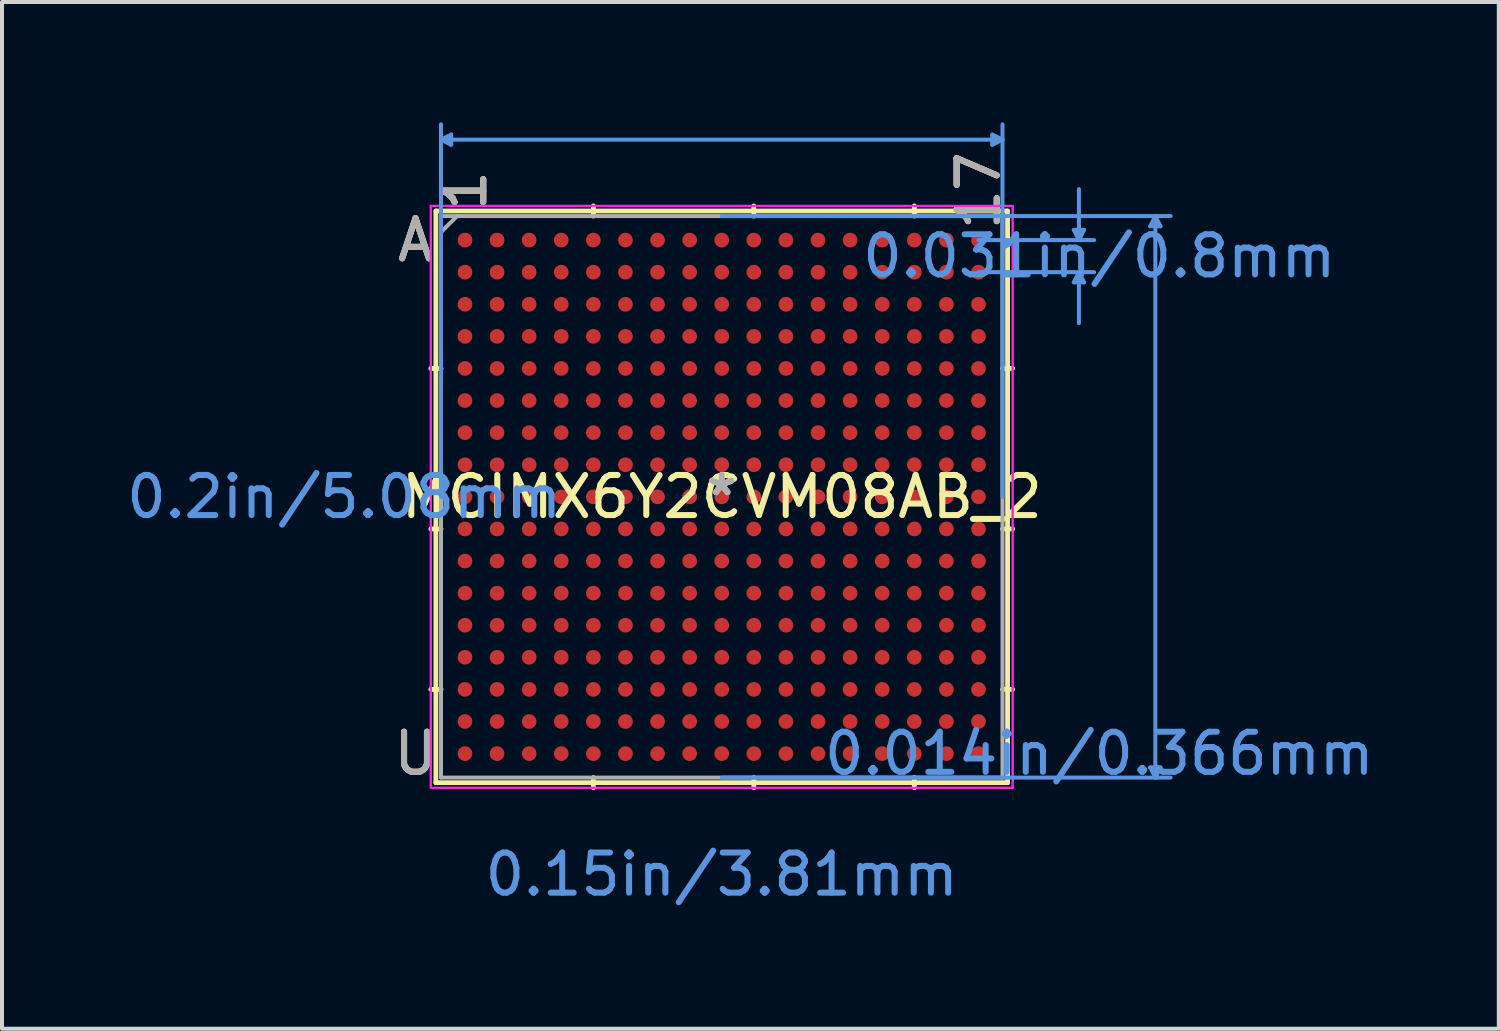
<source format=kicad_pcb>
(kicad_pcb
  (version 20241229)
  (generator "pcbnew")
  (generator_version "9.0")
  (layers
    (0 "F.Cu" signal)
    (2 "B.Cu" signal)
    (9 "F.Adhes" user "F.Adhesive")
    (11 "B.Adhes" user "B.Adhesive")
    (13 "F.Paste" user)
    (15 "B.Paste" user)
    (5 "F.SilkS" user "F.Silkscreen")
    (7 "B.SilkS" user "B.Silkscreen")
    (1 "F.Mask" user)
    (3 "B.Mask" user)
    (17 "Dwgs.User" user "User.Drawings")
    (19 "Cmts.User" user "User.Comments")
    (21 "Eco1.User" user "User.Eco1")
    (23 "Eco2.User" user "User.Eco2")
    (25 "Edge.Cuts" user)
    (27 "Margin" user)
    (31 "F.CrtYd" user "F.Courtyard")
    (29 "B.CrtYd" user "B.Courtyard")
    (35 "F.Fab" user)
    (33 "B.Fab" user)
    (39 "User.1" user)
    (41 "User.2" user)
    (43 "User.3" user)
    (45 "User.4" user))
  (footprint "MCIMX6Y2CVM08AB_2"
    (layer "F.Cu")
    (at 14.94 9.334)
    (property "Reference" "MCIMX6Y2CVM08AB_2" (at 0 0 0) (layer "F.SilkS") (effects (font (size 1 1) (thickness 0.15))))
    (attr through_hole)
    (fp_line (start -7.125 -7.125) (end -7.125 7.125) (stroke (width 0.12) (type solid)) (layer "F.SilkS"))
    (fp_line (start -7.125 7.125) (end 7.125 7.125) (stroke (width 0.12) (type solid)) (layer "F.SilkS"))
    (fp_line (start -6.998 -3.2) (end -7.252 -3.2) (stroke (width 0.12) (type solid)) (layer "F.SilkS"))
    (fp_line (start -6.998 0.8) (end -7.252 0.8) (stroke (width 0.12) (type solid)) (layer "F.SilkS"))
    (fp_line (start -6.998 4.8) (end -7.252 4.8) (stroke (width 0.12) (type solid)) (layer "F.SilkS"))
    (fp_line (start -3.2 -6.998) (end -3.2 -7.252) (stroke (width 0.12) (type solid)) (layer "F.SilkS"))
    (fp_line (start -3.2 6.998) (end -3.2 7.252) (stroke (width 0.12) (type solid)) (layer "F.SilkS"))
    (fp_line (start 0.8 -6.998) (end 0.8 -7.252) (stroke (width 0.12) (type solid)) (layer "F.SilkS"))
    (fp_line (start 0.8 6.998) (end 0.8 7.252) (stroke (width 0.12) (type solid)) (layer "F.SilkS"))
    (fp_line (start 4.8 -6.998) (end 4.8 -7.252) (stroke (width 0.12) (type solid)) (layer "F.SilkS"))
    (fp_line (start 4.8 6.998) (end 4.8 7.252) (stroke (width 0.12) (type solid)) (layer "F.SilkS"))
    (fp_line (start 6.998 -3.2) (end 7.252 -3.2) (stroke (width 0.12) (type solid)) (layer "F.SilkS"))
    (fp_line (start 6.998 0.8) (end 7.252 0.8) (stroke (width 0.12) (type solid)) (layer "F.SilkS"))
    (fp_line (start 6.998 4.8) (end 7.252 4.8) (stroke (width 0.12) (type solid)) (layer "F.SilkS"))
    (fp_line (start 7.125 -7.125) (end -7.125 -7.125) (stroke (width 0.12) (type solid)) (layer "F.SilkS"))
    (fp_line (start 7.125 7.125) (end 7.125 -7.125) (stroke (width 0.12) (type solid)) (layer "F.SilkS"))
    (fp_line (start -6.998 -8.903) (end -6.744 -9.03) (stroke (width 0.1) (type solid)) (layer "Cmts.User"))
    (fp_line (start -6.998 -8.903) (end -6.744 -8.776) (stroke (width 0.1) (type solid)) (layer "Cmts.User"))
    (fp_line (start -6.998 -8.903) (end 6.998 -8.903) (stroke (width 0.1) (type solid)) (layer "Cmts.User"))
    (fp_line (start -6.998 0) (end -6.998 -9.284) (stroke (width 0.1) (type solid)) (layer "Cmts.User"))
    (fp_line (start -6.744 -9.03) (end -6.744 -8.776) (stroke (width 0.1) (type solid)) (layer "Cmts.User"))
    (fp_line (start 0 -6.998) (end 11.189 -6.998) (stroke (width 0.1) (type solid)) (layer "Cmts.User"))
    (fp_line (start 0 6.998) (end 11.189 6.998) (stroke (width 0.1) (type solid)) (layer "Cmts.User"))
    (fp_line (start 6.4 -6.4) (end 9.284 -6.4) (stroke (width 0.1) (type solid)) (layer "Cmts.User"))
    (fp_line (start 6.4 -5.6) (end 9.284 -5.6) (stroke (width 0.1) (type solid)) (layer "Cmts.User"))
    (fp_line (start 6.744 -9.03) (end 6.744 -8.776) (stroke (width 0.1) (type solid)) (layer "Cmts.User"))
    (fp_line (start 6.998 -8.903) (end 6.744 -9.03) (stroke (width 0.1) (type solid)) (layer "Cmts.User"))
    (fp_line (start 6.998 -8.903) (end 6.744 -8.776) (stroke (width 0.1) (type solid)) (layer "Cmts.User"))
    (fp_line (start 6.998 0) (end 6.998 -9.284) (stroke (width 0.1) (type solid)) (layer "Cmts.User"))
    (fp_line (start 8.776 -6.654) (end 9.03 -6.654) (stroke (width 0.1) (type solid)) (layer "Cmts.User"))
    (fp_line (start 8.776 -5.346) (end 9.03 -5.346) (stroke (width 0.1) (type solid)) (layer "Cmts.User"))
    (fp_line (start 8.903 -6.4) (end 8.776 -6.654) (stroke (width 0.1) (type solid)) (layer "Cmts.User"))
    (fp_line (start 8.903 -6.4) (end 8.903 -7.67) (stroke (width 0.1) (type solid)) (layer "Cmts.User"))
    (fp_line (start 8.903 -6.4) (end 9.03 -6.654) (stroke (width 0.1) (type solid)) (layer "Cmts.User"))
    (fp_line (start 8.903 -5.6) (end 8.776 -5.346) (stroke (width 0.1) (type solid)) (layer "Cmts.User"))
    (fp_line (start 8.903 -5.6) (end 8.903 -4.33) (stroke (width 0.1) (type solid)) (layer "Cmts.User"))
    (fp_line (start 8.903 -5.6) (end 9.03 -5.346) (stroke (width 0.1) (type solid)) (layer "Cmts.User"))
    (fp_line (start 10.681 -6.744) (end 10.935 -6.744) (stroke (width 0.1) (type solid)) (layer "Cmts.User"))
    (fp_line (start 10.681 6.744) (end 10.935 6.744) (stroke (width 0.1) (type solid)) (layer "Cmts.User"))
    (fp_line (start 10.808 -6.998) (end 10.681 -6.744) (stroke (width 0.1) (type solid)) (layer "Cmts.User"))
    (fp_line (start 10.808 -6.998) (end 10.808 6.998) (stroke (width 0.1) (type solid)) (layer "Cmts.User"))
    (fp_line (start 10.808 -6.998) (end 10.935 -6.744) (stroke (width 0.1) (type solid)) (layer "Cmts.User"))
    (fp_line (start 10.808 6.998) (end 10.681 6.744) (stroke (width 0.1) (type solid)) (layer "Cmts.User"))
    (fp_line (start 10.808 6.998) (end 10.935 6.744) (stroke (width 0.1) (type solid)) (layer "Cmts.User"))
    (fp_line (start -7.252 -7.252) (end 7.252 -7.252) (stroke (width 0.05) (type solid)) (layer "F.CrtYd"))
    (fp_line (start -7.252 -7.252) (end 7.252 -7.252) (stroke (width 0.05) (type solid)) (layer "F.CrtYd"))
    (fp_line (start -7.252 7.252) (end -7.252 -7.252) (stroke (width 0.05) (type solid)) (layer "F.CrtYd"))
    (fp_line (start -7.252 7.252) (end -7.252 -7.252) (stroke (width 0.05) (type solid)) (layer "F.CrtYd"))
    (fp_line (start 7.252 -7.252) (end 7.252 7.252) (stroke (width 0.05) (type solid)) (layer "F.CrtYd"))
    (fp_line (start 7.252 -7.252) (end 7.252 7.252) (stroke (width 0.05) (type solid)) (layer "F.CrtYd"))
    (fp_line (start 7.252 7.252) (end -7.252 7.252) (stroke (width 0.05) (type solid)) (layer "F.CrtYd"))
    (fp_line (start 7.252 7.252) (end -7.252 7.252) (stroke (width 0.05) (type solid)) (layer "F.CrtYd"))
    (fp_line (start -6.998 -6.998) (end -6.998 6.998) (stroke (width 0.1) (type solid)) (layer "F.Fab"))
    (fp_line (start -6.998 6.998) (end 6.998 6.998) (stroke (width 0.1) (type solid)) (layer "F.Fab"))
    (fp_line (start -6.598 -6.998) (end -6.998 -6.598) (stroke (width 0.1) (type solid)) (layer "F.Fab"))
    (fp_line (start 6.998 -6.998) (end -6.998 -6.998) (stroke (width 0.1) (type solid)) (layer "F.Fab"))
    (fp_line (start 6.998 6.998) (end 6.998 -6.998) (stroke (width 0.1) (type solid)) (layer "F.Fab"))
    (fp_text user "17" (at 6.4 -7.633 90) (layer "F.SilkS") (effects (font (size 1 1) (thickness 0.15))))
    (fp_text user "A" (at -7.633 -6.4 0) (layer "F.SilkS") (effects (font (size 1 1) (thickness 0.15))))
    (fp_text user "*" (at 0 0 0) (layer "F.SilkS") (effects (font (size 1 1) (thickness 0.15))))
    (fp_text user "U" (at -7.633 6.4 0) (layer "F.SilkS") (effects (font (size 1 1) (thickness 0.15))))
    (fp_text user "1" (at -6.4 -7.633 90) (layer "F.SilkS") (effects (font (size 1 1) (thickness 0.15))))
    (fp_text user "17" (at 6.4 -7.633 90) (layer "B.SilkS") (effects (font (size 1 1) (thickness 0.15))))
    (fp_text user "1" (at -6.4 -7.633 90) (layer "B.SilkS") (effects (font (size 1 1) (thickness 0.15))))
    (fp_text user "U" (at -7.633 6.4 0) (layer "B.SilkS") (effects (font (size 1 1) (thickness 0.15))))
    (fp_text user "A" (at -7.633 -6.4 0) (layer "B.SilkS") (effects (font (size 1 1) (thickness 0.15))))
    (fp_text user "0.014in/0.366mm" (at 9.411 6.4 0) (layer "Cmts.User") (effects (font (size 1 1) (thickness 0.15))))
    (fp_text user "0.15in/3.81mm" (at 0 9.411 0) (layer "Cmts.User") (effects (font (size 1 1) (thickness 0.15))))
    (fp_text user "0.2in/5.08mm" (at -9.411 0 0) (layer "Cmts.User") (effects (font (size 1 1) (thickness 0.15))))
    (fp_text user "0.031in/0.8mm" (at 9.411 -6 0) (layer "Cmts.User") (effects (font (size 1 1) (thickness 0.15))))
    (fp_text user "Copyright 2021 Accelerated Designs. All rights reserved." (at 0 0 0) (layer "Cmts.User") (effects (font (size 0.127 0.127) (thickness 0.002))))
    (fp_text user "1" (at -6.4 -7.633 90) (layer "F.Fab") (effects (font (size 1 1) (thickness 0.15))))
    (fp_text user "*" (at 0 0 0) (layer "F.Fab") (effects (font (size 1 1) (thickness 0.15))))
    (fp_text user "U" (at -7.633 6.4 0) (layer "F.Fab") (effects (font (size 1 1) (thickness 0.15))))
    (fp_text user "A" (at -7.633 -6.4 0) (layer "F.Fab") (effects (font (size 1 1) (thickness 0.15))))
    (fp_text user "17" (at 6.4 -7.633 90) (layer "F.Fab") (effects (font (size 1 1) (thickness 0.15))))
    (pad "A1" smd circle (at -6.4 -6.4) (size 0.366 0.366) (layers "F.Cu" "F.Mask" "F.Paste"))
    (pad "A2" smd circle (at -5.6 -6.4) (size 0.366 0.366) (layers "F.Cu" "F.Mask" "F.Paste"))
    (pad "A3" smd circle (at -4.8 -6.4) (size 0.366 0.366) (layers "F.Cu" "F.Mask" "F.Paste"))
    (pad "A4" smd circle (at -4 -6.4) (size 0.366 0.366) (layers "F.Cu" "F.Mask" "F.Paste"))
    (pad "A5" smd circle (at -3.2 -6.4) (size 0.366 0.366) (layers "F.Cu" "F.Mask" "F.Paste"))
    (pad "A6" smd circle (at -2.4 -6.4) (size 0.366 0.366) (layers "F.Cu" "F.Mask" "F.Paste"))
    (pad "A7" smd circle (at -1.6 -6.4) (size 0.366 0.366) (layers "F.Cu" "F.Mask" "F.Paste"))
    (pad "A8" smd circle (at -0.8 -6.4) (size 0.366 0.366) (layers "F.Cu" "F.Mask" "F.Paste"))
    (pad "A9" smd circle (at 0 -6.4) (size 0.366 0.366) (layers "F.Cu" "F.Mask" "F.Paste"))
    (pad "A10" smd circle (at 0.8 -6.4) (size 0.366 0.366) (layers "F.Cu" "F.Mask" "F.Paste"))
    (pad "A11" smd circle (at 1.6 -6.4) (size 0.366 0.366) (layers "F.Cu" "F.Mask" "F.Paste"))
    (pad "A12" smd circle (at 2.4 -6.4) (size 0.366 0.366) (layers "F.Cu" "F.Mask" "F.Paste"))
    (pad "A13" smd circle (at 3.2 -6.4) (size 0.366 0.366) (layers "F.Cu" "F.Mask" "F.Paste"))
    (pad "A14" smd circle (at 4 -6.4) (size 0.366 0.366) (layers "F.Cu" "F.Mask" "F.Paste"))
    (pad "A15" smd circle (at 4.8 -6.4) (size 0.366 0.366) (layers "F.Cu" "F.Mask" "F.Paste"))
    (pad "A16" smd circle (at 5.6 -6.4) (size 0.366 0.366) (layers "F.Cu" "F.Mask" "F.Paste"))
    (pad "A17" smd circle (at 6.4 -6.4) (size 0.366 0.366) (layers "F.Cu" "F.Mask" "F.Paste"))
    (pad "B1" smd circle (at -6.4 -5.6) (size 0.366 0.366) (layers "F.Cu" "F.Mask" "F.Paste"))
    (pad "B2" smd circle (at -5.6 -5.6) (size 0.366 0.366) (layers "F.Cu" "F.Mask" "F.Paste"))
    (pad "B3" smd circle (at -4.8 -5.6) (size 0.366 0.366) (layers "F.Cu" "F.Mask" "F.Paste"))
    (pad "B4" smd circle (at -4 -5.6) (size 0.366 0.366) (layers "F.Cu" "F.Mask" "F.Paste"))
    (pad "B5" smd circle (at -3.2 -5.6) (size 0.366 0.366) (layers "F.Cu" "F.Mask" "F.Paste"))
    (pad "B6" smd circle (at -2.4 -5.6) (size 0.366 0.366) (layers "F.Cu" "F.Mask" "F.Paste"))
    (pad "B7" smd circle (at -1.6 -5.6) (size 0.366 0.366) (layers "F.Cu" "F.Mask" "F.Paste"))
    (pad "B8" smd circle (at -0.8 -5.6) (size 0.366 0.366) (layers "F.Cu" "F.Mask" "F.Paste"))
    (pad "B9" smd circle (at 0 -5.6) (size 0.366 0.366) (layers "F.Cu" "F.Mask" "F.Paste"))
    (pad "B10" smd circle (at 0.8 -5.6) (size 0.366 0.366) (layers "F.Cu" "F.Mask" "F.Paste"))
    (pad "B11" smd circle (at 1.6 -5.6) (size 0.366 0.366) (layers "F.Cu" "F.Mask" "F.Paste"))
    (pad "B12" smd circle (at 2.4 -5.6) (size 0.366 0.366) (layers "F.Cu" "F.Mask" "F.Paste"))
    (pad "B13" smd circle (at 3.2 -5.6) (size 0.366 0.366) (layers "F.Cu" "F.Mask" "F.Paste"))
    (pad "B14" smd circle (at 4 -5.6) (size 0.366 0.366) (layers "F.Cu" "F.Mask" "F.Paste"))
    (pad "B15" smd circle (at 4.8 -5.6) (size 0.366 0.366) (layers "F.Cu" "F.Mask" "F.Paste"))
    (pad "B16" smd circle (at 5.6 -5.6) (size 0.366 0.366) (layers "F.Cu" "F.Mask" "F.Paste"))
    (pad "B17" smd circle (at 6.4 -5.6) (size 0.366 0.366) (layers "F.Cu" "F.Mask" "F.Paste"))
    (pad "C1" smd circle (at -6.4 -4.8) (size 0.366 0.366) (layers "F.Cu" "F.Mask" "F.Paste"))
    (pad "C2" smd circle (at -5.6 -4.8) (size 0.366 0.366) (layers "F.Cu" "F.Mask" "F.Paste"))
    (pad "C3" smd circle (at -4.8 -4.8) (size 0.366 0.366) (layers "F.Cu" "F.Mask" "F.Paste"))
    (pad "C4" smd circle (at -4 -4.8) (size 0.366 0.366) (layers "F.Cu" "F.Mask" "F.Paste"))
    (pad "C5" smd circle (at -3.2 -4.8) (size 0.366 0.366) (layers "F.Cu" "F.Mask" "F.Paste"))
    (pad "C6" smd circle (at -2.4 -4.8) (size 0.366 0.366) (layers "F.Cu" "F.Mask" "F.Paste"))
    (pad "C7" smd circle (at -1.6 -4.8) (size 0.366 0.366) (layers "F.Cu" "F.Mask" "F.Paste"))
    (pad "C8" smd circle (at -0.8 -4.8) (size 0.366 0.366) (layers "F.Cu" "F.Mask" "F.Paste"))
    (pad "C9" smd circle (at 0 -4.8) (size 0.366 0.366) (layers "F.Cu" "F.Mask" "F.Paste"))
    (pad "C10" smd circle (at 0.8 -4.8) (size 0.366 0.366) (layers "F.Cu" "F.Mask" "F.Paste"))
    (pad "C11" smd circle (at 1.6 -4.8) (size 0.366 0.366) (layers "F.Cu" "F.Mask" "F.Paste"))
    (pad "C12" smd circle (at 2.4 -4.8) (size 0.366 0.366) (layers "F.Cu" "F.Mask" "F.Paste"))
    (pad "C13" smd circle (at 3.2 -4.8) (size 0.366 0.366) (layers "F.Cu" "F.Mask" "F.Paste"))
    (pad "C14" smd circle (at 4 -4.8) (size 0.366 0.366) (layers "F.Cu" "F.Mask" "F.Paste"))
    (pad "C15" smd circle (at 4.8 -4.8) (size 0.366 0.366) (layers "F.Cu" "F.Mask" "F.Paste"))
    (pad "C16" smd circle (at 5.6 -4.8) (size 0.366 0.366) (layers "F.Cu" "F.Mask" "F.Paste"))
    (pad "C17" smd circle (at 6.4 -4.8) (size 0.366 0.366) (layers "F.Cu" "F.Mask" "F.Paste"))
    (pad "D1" smd circle (at -6.4 -4) (size 0.366 0.366) (layers "F.Cu" "F.Mask" "F.Paste"))
    (pad "D2" smd circle (at -5.6 -4) (size 0.366 0.366) (layers "F.Cu" "F.Mask" "F.Paste"))
    (pad "D3" smd circle (at -4.8 -4) (size 0.366 0.366) (layers "F.Cu" "F.Mask" "F.Paste"))
    (pad "D4" smd circle (at -4 -4) (size 0.366 0.366) (layers "F.Cu" "F.Mask" "F.Paste"))
    (pad "D5" smd circle (at -3.2 -4) (size 0.366 0.366) (layers "F.Cu" "F.Mask" "F.Paste"))
    (pad "D6" smd circle (at -2.4 -4) (size 0.366 0.366) (layers "F.Cu" "F.Mask" "F.Paste"))
    (pad "D7" smd circle (at -1.6 -4) (size 0.366 0.366) (layers "F.Cu" "F.Mask" "F.Paste"))
    (pad "D8" smd circle (at -0.8 -4) (size 0.366 0.366) (layers "F.Cu" "F.Mask" "F.Paste"))
    (pad "D9" smd circle (at 0 -4) (size 0.366 0.366) (layers "F.Cu" "F.Mask" "F.Paste"))
    (pad "D10" smd circle (at 0.8 -4) (size 0.366 0.366) (layers "F.Cu" "F.Mask" "F.Paste"))
    (pad "D11" smd circle (at 1.6 -4) (size 0.366 0.366) (layers "F.Cu" "F.Mask" "F.Paste"))
    (pad "D12" smd circle (at 2.4 -4) (size 0.366 0.366) (layers "F.Cu" "F.Mask" "F.Paste"))
    (pad "D13" smd circle (at 3.2 -4) (size 0.366 0.366) (layers "F.Cu" "F.Mask" "F.Paste"))
    (pad "D14" smd circle (at 4 -4) (size 0.366 0.366) (layers "F.Cu" "F.Mask" "F.Paste"))
    (pad "D15" smd circle (at 4.8 -4) (size 0.366 0.366) (layers "F.Cu" "F.Mask" "F.Paste"))
    (pad "D16" smd circle (at 5.6 -4) (size 0.366 0.366) (layers "F.Cu" "F.Mask" "F.Paste"))
    (pad "D17" smd circle (at 6.4 -4) (size 0.366 0.366) (layers "F.Cu" "F.Mask" "F.Paste"))
    (pad "E1" smd circle (at -6.4 -3.2) (size 0.366 0.366) (layers "F.Cu" "F.Mask" "F.Paste"))
    (pad "E2" smd circle (at -5.6 -3.2) (size 0.366 0.366) (layers "F.Cu" "F.Mask" "F.Paste"))
    (pad "E3" smd circle (at -4.8 -3.2) (size 0.366 0.366) (layers "F.Cu" "F.Mask" "F.Paste"))
    (pad "E4" smd circle (at -4 -3.2) (size 0.366 0.366) (layers "F.Cu" "F.Mask" "F.Paste"))
    (pad "E5" smd circle (at -3.2 -3.2) (size 0.366 0.366) (layers "F.Cu" "F.Mask" "F.Paste"))
    (pad "E6" smd circle (at -2.4 -3.2) (size 0.366 0.366) (layers "F.Cu" "F.Mask" "F.Paste"))
    (pad "E7" smd circle (at -1.6 -3.2) (size 0.366 0.366) (layers "F.Cu" "F.Mask" "F.Paste"))
    (pad "E8" smd circle (at -0.8 -3.2) (size 0.366 0.366) (layers "F.Cu" "F.Mask" "F.Paste"))
    (pad "E9" smd circle (at 0 -3.2) (size 0.366 0.366) (layers "F.Cu" "F.Mask" "F.Paste"))
    (pad "E10" smd circle (at 0.8 -3.2) (size 0.366 0.366) (layers "F.Cu" "F.Mask" "F.Paste"))
    (pad "E11" smd circle (at 1.6 -3.2) (size 0.366 0.366) (layers "F.Cu" "F.Mask" "F.Paste"))
    (pad "E12" smd circle (at 2.4 -3.2) (size 0.366 0.366) (layers "F.Cu" "F.Mask" "F.Paste"))
    (pad "E13" smd circle (at 3.2 -3.2) (size 0.366 0.366) (layers "F.Cu" "F.Mask" "F.Paste"))
    (pad "E14" smd circle (at 4 -3.2) (size 0.366 0.366) (layers "F.Cu" "F.Mask" "F.Paste"))
    (pad "E15" smd circle (at 4.8 -3.2) (size 0.366 0.366) (layers "F.Cu" "F.Mask" "F.Paste"))
    (pad "E16" smd circle (at 5.6 -3.2) (size 0.366 0.366) (layers "F.Cu" "F.Mask" "F.Paste"))
    (pad "E17" smd circle (at 6.4 -3.2) (size 0.366 0.366) (layers "F.Cu" "F.Mask" "F.Paste"))
    (pad "F1" smd circle (at -6.4 -2.4) (size 0.366 0.366) (layers "F.Cu" "F.Mask" "F.Paste"))
    (pad "F2" smd circle (at -5.6 -2.4) (size 0.366 0.366) (layers "F.Cu" "F.Mask" "F.Paste"))
    (pad "F3" smd circle (at -4.8 -2.4) (size 0.366 0.366) (layers "F.Cu" "F.Mask" "F.Paste"))
    (pad "F4" smd circle (at -4 -2.4) (size 0.366 0.366) (layers "F.Cu" "F.Mask" "F.Paste"))
    (pad "F5" smd circle (at -3.2 -2.4) (size 0.366 0.366) (layers "F.Cu" "F.Mask" "F.Paste"))
    (pad "F6" smd circle (at -2.4 -2.4) (size 0.366 0.366) (layers "F.Cu" "F.Mask" "F.Paste"))
    (pad "F7" smd circle (at -1.6 -2.4) (size 0.366 0.366) (layers "F.Cu" "F.Mask" "F.Paste"))
    (pad "F8" smd circle (at -0.8 -2.4) (size 0.366 0.366) (layers "F.Cu" "F.Mask" "F.Paste"))
    (pad "F9" smd circle (at 0 -2.4) (size 0.366 0.366) (layers "F.Cu" "F.Mask" "F.Paste"))
    (pad "F10" smd circle (at 0.8 -2.4) (size 0.366 0.366) (layers "F.Cu" "F.Mask" "F.Paste"))
    (pad "F11" smd circle (at 1.6 -2.4) (size 0.366 0.366) (layers "F.Cu" "F.Mask" "F.Paste"))
    (pad "F12" smd circle (at 2.4 -2.4) (size 0.366 0.366) (layers "F.Cu" "F.Mask" "F.Paste"))
    (pad "F13" smd circle (at 3.2 -2.4) (size 0.366 0.366) (layers "F.Cu" "F.Mask" "F.Paste"))
    (pad "F14" smd circle (at 4 -2.4) (size 0.366 0.366) (layers "F.Cu" "F.Mask" "F.Paste"))
    (pad "F15" smd circle (at 4.8 -2.4) (size 0.366 0.366) (layers "F.Cu" "F.Mask" "F.Paste"))
    (pad "F16" smd circle (at 5.6 -2.4) (size 0.366 0.366) (layers "F.Cu" "F.Mask" "F.Paste"))
    (pad "F17" smd circle (at 6.4 -2.4) (size 0.366 0.366) (layers "F.Cu" "F.Mask" "F.Paste"))
    (pad "G1" smd circle (at -6.4 -1.6) (size 0.366 0.366) (layers "F.Cu" "F.Mask" "F.Paste"))
    (pad "G2" smd circle (at -5.6 -1.6) (size 0.366 0.366) (layers "F.Cu" "F.Mask" "F.Paste"))
    (pad "G3" smd circle (at -4.8 -1.6) (size 0.366 0.366) (layers "F.Cu" "F.Mask" "F.Paste"))
    (pad "G4" smd circle (at -4 -1.6) (size 0.366 0.366) (layers "F.Cu" "F.Mask" "F.Paste"))
    (pad "G5" smd circle (at -3.2 -1.6) (size 0.366 0.366) (layers "F.Cu" "F.Mask" "F.Paste"))
    (pad "G6" smd circle (at -2.4 -1.6) (size 0.366 0.366) (layers "F.Cu" "F.Mask" "F.Paste"))
    (pad "G7" smd circle (at -1.6 -1.6) (size 0.366 0.366) (layers "F.Cu" "F.Mask" "F.Paste"))
    (pad "G8" smd circle (at -0.8 -1.6) (size 0.366 0.366) (layers "F.Cu" "F.Mask" "F.Paste"))
    (pad "G9" smd circle (at 0 -1.6) (size 0.366 0.366) (layers "F.Cu" "F.Mask" "F.Paste"))
    (pad "G10" smd circle (at 0.8 -1.6) (size 0.366 0.366) (layers "F.Cu" "F.Mask" "F.Paste"))
    (pad "G11" smd circle (at 1.6 -1.6) (size 0.366 0.366) (layers "F.Cu" "F.Mask" "F.Paste"))
    (pad "G12" smd circle (at 2.4 -1.6) (size 0.366 0.366) (layers "F.Cu" "F.Mask" "F.Paste"))
    (pad "G13" smd circle (at 3.2 -1.6) (size 0.366 0.366) (layers "F.Cu" "F.Mask" "F.Paste"))
    (pad "G14" smd circle (at 4 -1.6) (size 0.366 0.366) (layers "F.Cu" "F.Mask" "F.Paste"))
    (pad "G15" smd circle (at 4.8 -1.6) (size 0.366 0.366) (layers "F.Cu" "F.Mask" "F.Paste"))
    (pad "G16" smd circle (at 5.6 -1.6) (size 0.366 0.366) (layers "F.Cu" "F.Mask" "F.Paste"))
    (pad "G17" smd circle (at 6.4 -1.6) (size 0.366 0.366) (layers "F.Cu" "F.Mask" "F.Paste"))
    (pad "H1" smd circle (at -6.4 -0.8) (size 0.366 0.366) (layers "F.Cu" "F.Mask" "F.Paste"))
    (pad "H2" smd circle (at -5.6 -0.8) (size 0.366 0.366) (layers "F.Cu" "F.Mask" "F.Paste"))
    (pad "H3" smd circle (at -4.8 -0.8) (size 0.366 0.366) (layers "F.Cu" "F.Mask" "F.Paste"))
    (pad "H4" smd circle (at -4 -0.8) (size 0.366 0.366) (layers "F.Cu" "F.Mask" "F.Paste"))
    (pad "H5" smd circle (at -3.2 -0.8) (size 0.366 0.366) (layers "F.Cu" "F.Mask" "F.Paste"))
    (pad "H6" smd circle (at -2.4 -0.8) (size 0.366 0.366) (layers "F.Cu" "F.Mask" "F.Paste"))
    (pad "H7" smd circle (at -1.6 -0.8) (size 0.366 0.366) (layers "F.Cu" "F.Mask" "F.Paste"))
    (pad "H8" smd circle (at -0.8 -0.8) (size 0.366 0.366) (layers "F.Cu" "F.Mask" "F.Paste"))
    (pad "H9" smd circle (at 0 -0.8) (size 0.366 0.366) (layers "F.Cu" "F.Mask" "F.Paste"))
    (pad "H10" smd circle (at 0.8 -0.8) (size 0.366 0.366) (layers "F.Cu" "F.Mask" "F.Paste"))
    (pad "H11" smd circle (at 1.6 -0.8) (size 0.366 0.366) (layers "F.Cu" "F.Mask" "F.Paste"))
    (pad "H12" smd circle (at 2.4 -0.8) (size 0.366 0.366) (layers "F.Cu" "F.Mask" "F.Paste"))
    (pad "H13" smd circle (at 3.2 -0.8) (size 0.366 0.366) (layers "F.Cu" "F.Mask" "F.Paste"))
    (pad "H14" smd circle (at 4 -0.8) (size 0.366 0.366) (layers "F.Cu" "F.Mask" "F.Paste"))
    (pad "H15" smd circle (at 4.8 -0.8) (size 0.366 0.366) (layers "F.Cu" "F.Mask" "F.Paste"))
    (pad "H16" smd circle (at 5.6 -0.8) (size 0.366 0.366) (layers "F.Cu" "F.Mask" "F.Paste"))
    (pad "H17" smd circle (at 6.4 -0.8) (size 0.366 0.366) (layers "F.Cu" "F.Mask" "F.Paste"))
    (pad "J1" smd circle (at -6.4 0) (size 0.366 0.366) (layers "F.Cu" "F.Mask" "F.Paste"))
    (pad "J2" smd circle (at -5.6 0) (size 0.366 0.366) (layers "F.Cu" "F.Mask" "F.Paste"))
    (pad "J3" smd circle (at -4.8 0) (size 0.366 0.366) (layers "F.Cu" "F.Mask" "F.Paste"))
    (pad "J4" smd circle (at -4 0) (size 0.366 0.366) (layers "F.Cu" "F.Mask" "F.Paste"))
    (pad "J5" smd circle (at -3.2 0) (size 0.366 0.366) (layers "F.Cu" "F.Mask" "F.Paste"))
    (pad "J6" smd circle (at -2.4 0) (size 0.366 0.366) (layers "F.Cu" "F.Mask" "F.Paste"))
    (pad "J7" smd circle (at -1.6 0) (size 0.366 0.366) (layers "F.Cu" "F.Mask" "F.Paste"))
    (pad "J8" smd circle (at -0.8 0) (size 0.366 0.366) (layers "F.Cu" "F.Mask" "F.Paste"))
    (pad "J9" smd circle (at 0 0) (size 0.366 0.366) (layers "F.Cu" "F.Mask" "F.Paste"))
    (pad "J10" smd circle (at 0.8 0) (size 0.366 0.366) (layers "F.Cu" "F.Mask" "F.Paste"))
    (pad "J11" smd circle (at 1.6 0) (size 0.366 0.366) (layers "F.Cu" "F.Mask" "F.Paste"))
    (pad "J12" smd circle (at 2.4 0) (size 0.366 0.366) (layers "F.Cu" "F.Mask" "F.Paste"))
    (pad "J13" smd circle (at 3.2 0) (size 0.366 0.366) (layers "F.Cu" "F.Mask" "F.Paste"))
    (pad "J14" smd circle (at 4 0) (size 0.366 0.366) (layers "F.Cu" "F.Mask" "F.Paste"))
    (pad "J15" smd circle (at 4.8 0) (size 0.366 0.366) (layers "F.Cu" "F.Mask" "F.Paste"))
    (pad "J16" smd circle (at 5.6 0) (size 0.366 0.366) (layers "F.Cu" "F.Mask" "F.Paste"))
    (pad "J17" smd circle (at 6.4 0) (size 0.366 0.366) (layers "F.Cu" "F.Mask" "F.Paste"))
    (pad "K1" smd circle (at -6.4 0.8) (size 0.366 0.366) (layers "F.Cu" "F.Mask" "F.Paste"))
    (pad "K2" smd circle (at -5.6 0.8) (size 0.366 0.366) (layers "F.Cu" "F.Mask" "F.Paste"))
    (pad "K3" smd circle (at -4.8 0.8) (size 0.366 0.366) (layers "F.Cu" "F.Mask" "F.Paste"))
    (pad "K4" smd circle (at -4 0.8) (size 0.366 0.366) (layers "F.Cu" "F.Mask" "F.Paste"))
    (pad "K5" smd circle (at -3.2 0.8) (size 0.366 0.366) (layers "F.Cu" "F.Mask" "F.Paste"))
    (pad "K6" smd circle (at -2.4 0.8) (size 0.366 0.366) (layers "F.Cu" "F.Mask" "F.Paste"))
    (pad "K7" smd circle (at -1.6 0.8) (size 0.366 0.366) (layers "F.Cu" "F.Mask" "F.Paste"))
    (pad "K8" smd circle (at -0.8 0.8) (size 0.366 0.366) (layers "F.Cu" "F.Mask" "F.Paste"))
    (pad "K9" smd circle (at 0 0.8) (size 0.366 0.366) (layers "F.Cu" "F.Mask" "F.Paste"))
    (pad "K10" smd circle (at 0.8 0.8) (size 0.366 0.366) (layers "F.Cu" "F.Mask" "F.Paste"))
    (pad "K11" smd circle (at 1.6 0.8) (size 0.366 0.366) (layers "F.Cu" "F.Mask" "F.Paste"))
    (pad "K12" smd circle (at 2.4 0.8) (size 0.366 0.366) (layers "F.Cu" "F.Mask" "F.Paste"))
    (pad "K13" smd circle (at 3.2 0.8) (size 0.366 0.366) (layers "F.Cu" "F.Mask" "F.Paste"))
    (pad "K14" smd circle (at 4 0.8) (size 0.366 0.366) (layers "F.Cu" "F.Mask" "F.Paste"))
    (pad "K15" smd circle (at 4.8 0.8) (size 0.366 0.366) (layers "F.Cu" "F.Mask" "F.Paste"))
    (pad "K16" smd circle (at 5.6 0.8) (size 0.366 0.366) (layers "F.Cu" "F.Mask" "F.Paste"))
    (pad "K17" smd circle (at 6.4 0.8) (size 0.366 0.366) (layers "F.Cu" "F.Mask" "F.Paste"))
    (pad "L1" smd circle (at -6.4 1.6) (size 0.366 0.366) (layers "F.Cu" "F.Mask" "F.Paste"))
    (pad "L2" smd circle (at -5.6 1.6) (size 0.366 0.366) (layers "F.Cu" "F.Mask" "F.Paste"))
    (pad "L3" smd circle (at -4.8 1.6) (size 0.366 0.366) (layers "F.Cu" "F.Mask" "F.Paste"))
    (pad "L4" smd circle (at -4 1.6) (size 0.366 0.366) (layers "F.Cu" "F.Mask" "F.Paste"))
    (pad "L5" smd circle (at -3.2 1.6) (size 0.366 0.366) (layers "F.Cu" "F.Mask" "F.Paste"))
    (pad "L6" smd circle (at -2.4 1.6) (size 0.366 0.366) (layers "F.Cu" "F.Mask" "F.Paste"))
    (pad "L7" smd circle (at -1.6 1.6) (size 0.366 0.366) (layers "F.Cu" "F.Mask" "F.Paste"))
    (pad "L8" smd circle (at -0.8 1.6) (size 0.366 0.366) (layers "F.Cu" "F.Mask" "F.Paste"))
    (pad "L9" smd circle (at 0 1.6) (size 0.366 0.366) (layers "F.Cu" "F.Mask" "F.Paste"))
    (pad "L10" smd circle (at 0.8 1.6) (size 0.366 0.366) (layers "F.Cu" "F.Mask" "F.Paste"))
    (pad "L11" smd circle (at 1.6 1.6) (size 0.366 0.366) (layers "F.Cu" "F.Mask" "F.Paste"))
    (pad "L12" smd circle (at 2.4 1.6) (size 0.366 0.366) (layers "F.Cu" "F.Mask" "F.Paste"))
    (pad "L13" smd circle (at 3.2 1.6) (size 0.366 0.366) (layers "F.Cu" "F.Mask" "F.Paste"))
    (pad "L14" smd circle (at 4 1.6) (size 0.366 0.366) (layers "F.Cu" "F.Mask" "F.Paste"))
    (pad "L15" smd circle (at 4.8 1.6) (size 0.366 0.366) (layers "F.Cu" "F.Mask" "F.Paste"))
    (pad "L16" smd circle (at 5.6 1.6) (size 0.366 0.366) (layers "F.Cu" "F.Mask" "F.Paste"))
    (pad "L17" smd circle (at 6.4 1.6) (size 0.366 0.366) (layers "F.Cu" "F.Mask" "F.Paste"))
    (pad "M1" smd circle (at -6.4 2.4) (size 0.366 0.366) (layers "F.Cu" "F.Mask" "F.Paste"))
    (pad "M2" smd circle (at -5.6 2.4) (size 0.366 0.366) (layers "F.Cu" "F.Mask" "F.Paste"))
    (pad "M3" smd circle (at -4.8 2.4) (size 0.366 0.366) (layers "F.Cu" "F.Mask" "F.Paste"))
    (pad "M4" smd circle (at -4 2.4) (size 0.366 0.366) (layers "F.Cu" "F.Mask" "F.Paste"))
    (pad "M5" smd circle (at -3.2 2.4) (size 0.366 0.366) (layers "F.Cu" "F.Mask" "F.Paste"))
    (pad "M6" smd circle (at -2.4 2.4) (size 0.366 0.366) (layers "F.Cu" "F.Mask" "F.Paste"))
    (pad "M7" smd circle (at -1.6 2.4) (size 0.366 0.366) (layers "F.Cu" "F.Mask" "F.Paste"))
    (pad "M8" smd circle (at -0.8 2.4) (size 0.366 0.366) (layers "F.Cu" "F.Mask" "F.Paste"))
    (pad "M9" smd circle (at 0 2.4) (size 0.366 0.366) (layers "F.Cu" "F.Mask" "F.Paste"))
    (pad "M10" smd circle (at 0.8 2.4) (size 0.366 0.366) (layers "F.Cu" "F.Mask" "F.Paste"))
    (pad "M11" smd circle (at 1.6 2.4) (size 0.366 0.366) (layers "F.Cu" "F.Mask" "F.Paste"))
    (pad "M12" smd circle (at 2.4 2.4) (size 0.366 0.366) (layers "F.Cu" "F.Mask" "F.Paste"))
    (pad "M13" smd circle (at 3.2 2.4) (size 0.366 0.366) (layers "F.Cu" "F.Mask" "F.Paste"))
    (pad "M14" smd circle (at 4 2.4) (size 0.366 0.366) (layers "F.Cu" "F.Mask" "F.Paste"))
    (pad "M15" smd circle (at 4.8 2.4) (size 0.366 0.366) (layers "F.Cu" "F.Mask" "F.Paste"))
    (pad "M16" smd circle (at 5.6 2.4) (size 0.366 0.366) (layers "F.Cu" "F.Mask" "F.Paste"))
    (pad "M17" smd circle (at 6.4 2.4) (size 0.366 0.366) (layers "F.Cu" "F.Mask" "F.Paste"))
    (pad "N1" smd circle (at -6.4 3.2) (size 0.366 0.366) (layers "F.Cu" "F.Mask" "F.Paste"))
    (pad "N2" smd circle (at -5.6 3.2) (size 0.366 0.366) (layers "F.Cu" "F.Mask" "F.Paste"))
    (pad "N3" smd circle (at -4.8 3.2) (size 0.366 0.366) (layers "F.Cu" "F.Mask" "F.Paste"))
    (pad "N4" smd circle (at -4 3.2) (size 0.366 0.366) (layers "F.Cu" "F.Mask" "F.Paste"))
    (pad "N5" smd circle (at -3.2 3.2) (size 0.366 0.366) (layers "F.Cu" "F.Mask" "F.Paste"))
    (pad "N6" smd circle (at -2.4 3.2) (size 0.366 0.366) (layers "F.Cu" "F.Mask" "F.Paste"))
    (pad "N7" smd circle (at -1.6 3.2) (size 0.366 0.366) (layers "F.Cu" "F.Mask" "F.Paste"))
    (pad "N8" smd circle (at -0.8 3.2) (size 0.366 0.366) (layers "F.Cu" "F.Mask" "F.Paste"))
    (pad "N9" smd circle (at 0 3.2) (size 0.366 0.366) (layers "F.Cu" "F.Mask" "F.Paste"))
    (pad "N10" smd circle (at 0.8 3.2) (size 0.366 0.366) (layers "F.Cu" "F.Mask" "F.Paste"))
    (pad "N11" smd circle (at 1.6 3.2) (size 0.366 0.366) (layers "F.Cu" "F.Mask" "F.Paste"))
    (pad "N12" smd circle (at 2.4 3.2) (size 0.366 0.366) (layers "F.Cu" "F.Mask" "F.Paste"))
    (pad "N13" smd circle (at 3.2 3.2) (size 0.366 0.366) (layers "F.Cu" "F.Mask" "F.Paste"))
    (pad "N14" smd circle (at 4 3.2) (size 0.366 0.366) (layers "F.Cu" "F.Mask" "F.Paste"))
    (pad "N15" smd circle (at 4.8 3.2) (size 0.366 0.366) (layers "F.Cu" "F.Mask" "F.Paste"))
    (pad "N16" smd circle (at 5.6 3.2) (size 0.366 0.366) (layers "F.Cu" "F.Mask" "F.Paste"))
    (pad "N17" smd circle (at 6.4 3.2) (size 0.366 0.366) (layers "F.Cu" "F.Mask" "F.Paste"))
    (pad "P1" smd circle (at -6.4 4) (size 0.366 0.366) (layers "F.Cu" "F.Mask" "F.Paste"))
    (pad "P2" smd circle (at -5.6 4) (size 0.366 0.366) (layers "F.Cu" "F.Mask" "F.Paste"))
    (pad "P3" smd circle (at -4.8 4) (size 0.366 0.366) (layers "F.Cu" "F.Mask" "F.Paste"))
    (pad "P4" smd circle (at -4 4) (size 0.366 0.366) (layers "F.Cu" "F.Mask" "F.Paste"))
    (pad "P5" smd circle (at -3.2 4) (size 0.366 0.366) (layers "F.Cu" "F.Mask" "F.Paste"))
    (pad "P6" smd circle (at -2.4 4) (size 0.366 0.366) (layers "F.Cu" "F.Mask" "F.Paste"))
    (pad "P7" smd circle (at -1.6 4) (size 0.366 0.366) (layers "F.Cu" "F.Mask" "F.Paste"))
    (pad "P8" smd circle (at -0.8 4) (size 0.366 0.366) (layers "F.Cu" "F.Mask" "F.Paste"))
    (pad "P9" smd circle (at 0 4) (size 0.366 0.366) (layers "F.Cu" "F.Mask" "F.Paste"))
    (pad "P10" smd circle (at 0.8 4) (size 0.366 0.366) (layers "F.Cu" "F.Mask" "F.Paste"))
    (pad "P11" smd circle (at 1.6 4) (size 0.366 0.366) (layers "F.Cu" "F.Mask" "F.Paste"))
    (pad "P12" smd circle (at 2.4 4) (size 0.366 0.366) (layers "F.Cu" "F.Mask" "F.Paste"))
    (pad "P13" smd circle (at 3.2 4) (size 0.366 0.366) (layers "F.Cu" "F.Mask" "F.Paste"))
    (pad "P14" smd circle (at 4 4) (size 0.366 0.366) (layers "F.Cu" "F.Mask" "F.Paste"))
    (pad "P15" smd circle (at 4.8 4) (size 0.366 0.366) (layers "F.Cu" "F.Mask" "F.Paste"))
    (pad "P16" smd circle (at 5.6 4) (size 0.366 0.366) (layers "F.Cu" "F.Mask" "F.Paste"))
    (pad "P17" smd circle (at 6.4 4) (size 0.366 0.366) (layers "F.Cu" "F.Mask" "F.Paste"))
    (pad "R1" smd circle (at -6.4 4.8) (size 0.366 0.366) (layers "F.Cu" "F.Mask" "F.Paste"))
    (pad "R2" smd circle (at -5.6 4.8) (size 0.366 0.366) (layers "F.Cu" "F.Mask" "F.Paste"))
    (pad "R3" smd circle (at -4.8 4.8) (size 0.366 0.366) (layers "F.Cu" "F.Mask" "F.Paste"))
    (pad "R4" smd circle (at -4 4.8) (size 0.366 0.366) (layers "F.Cu" "F.Mask" "F.Paste"))
    (pad "R5" smd circle (at -3.2 4.8) (size 0.366 0.366) (layers "F.Cu" "F.Mask" "F.Paste"))
    (pad "R6" smd circle (at -2.4 4.8) (size 0.366 0.366) (layers "F.Cu" "F.Mask" "F.Paste"))
    (pad "R7" smd circle (at -1.6 4.8) (size 0.366 0.366) (layers "F.Cu" "F.Mask" "F.Paste"))
    (pad "R8" smd circle (at -0.8 4.8) (size 0.366 0.366) (layers "F.Cu" "F.Mask" "F.Paste"))
    (pad "R9" smd circle (at 0 4.8) (size 0.366 0.366) (layers "F.Cu" "F.Mask" "F.Paste"))
    (pad "R10" smd circle (at 0.8 4.8) (size 0.366 0.366) (layers "F.Cu" "F.Mask" "F.Paste"))
    (pad "R11" smd circle (at 1.6 4.8) (size 0.366 0.366) (layers "F.Cu" "F.Mask" "F.Paste"))
    (pad "R12" smd circle (at 2.4 4.8) (size 0.366 0.366) (layers "F.Cu" "F.Mask" "F.Paste"))
    (pad "R13" smd circle (at 3.2 4.8) (size 0.366 0.366) (layers "F.Cu" "F.Mask" "F.Paste"))
    (pad "R14" smd circle (at 4 4.8) (size 0.366 0.366) (layers "F.Cu" "F.Mask" "F.Paste"))
    (pad "R15" smd circle (at 4.8 4.8) (size 0.366 0.366) (layers "F.Cu" "F.Mask" "F.Paste"))
    (pad "R16" smd circle (at 5.6 4.8) (size 0.366 0.366) (layers "F.Cu" "F.Mask" "F.Paste"))
    (pad "R17" smd circle (at 6.4 4.8) (size 0.366 0.366) (layers "F.Cu" "F.Mask" "F.Paste"))
    (pad "T1" smd circle (at -6.4 5.6) (size 0.366 0.366) (layers "F.Cu" "F.Mask" "F.Paste"))
    (pad "T2" smd circle (at -5.6 5.6) (size 0.366 0.366) (layers "F.Cu" "F.Mask" "F.Paste"))
    (pad "T3" smd circle (at -4.8 5.6) (size 0.366 0.366) (layers "F.Cu" "F.Mask" "F.Paste"))
    (pad "T4" smd circle (at -4 5.6) (size 0.366 0.366) (layers "F.Cu" "F.Mask" "F.Paste"))
    (pad "T5" smd circle (at -3.2 5.6) (size 0.366 0.366) (layers "F.Cu" "F.Mask" "F.Paste"))
    (pad "T6" smd circle (at -2.4 5.6) (size 0.366 0.366) (layers "F.Cu" "F.Mask" "F.Paste"))
    (pad "T7" smd circle (at -1.6 5.6) (size 0.366 0.366) (layers "F.Cu" "F.Mask" "F.Paste"))
    (pad "T8" smd circle (at -0.8 5.6) (size 0.366 0.366) (layers "F.Cu" "F.Mask" "F.Paste"))
    (pad "T9" smd circle (at 0 5.6) (size 0.366 0.366) (layers "F.Cu" "F.Mask" "F.Paste"))
    (pad "T10" smd circle (at 0.8 5.6) (size 0.366 0.366) (layers "F.Cu" "F.Mask" "F.Paste"))
    (pad "T11" smd circle (at 1.6 5.6) (size 0.366 0.366) (layers "F.Cu" "F.Mask" "F.Paste"))
    (pad "T12" smd circle (at 2.4 5.6) (size 0.366 0.366) (layers "F.Cu" "F.Mask" "F.Paste"))
    (pad "T13" smd circle (at 3.2 5.6) (size 0.366 0.366) (layers "F.Cu" "F.Mask" "F.Paste"))
    (pad "T14" smd circle (at 4 5.6) (size 0.366 0.366) (layers "F.Cu" "F.Mask" "F.Paste"))
    (pad "T15" smd circle (at 4.8 5.6) (size 0.366 0.366) (layers "F.Cu" "F.Mask" "F.Paste"))
    (pad "T16" smd circle (at 5.6 5.6) (size 0.366 0.366) (layers "F.Cu" "F.Mask" "F.Paste"))
    (pad "T17" smd circle (at 6.4 5.6) (size 0.366 0.366) (layers "F.Cu" "F.Mask" "F.Paste"))
    (pad "U1" smd circle (at -6.4 6.4) (size 0.366 0.366) (layers "F.Cu" "F.Mask" "F.Paste"))
    (pad "U2" smd circle (at -5.6 6.4) (size 0.366 0.366) (layers "F.Cu" "F.Mask" "F.Paste"))
    (pad "U3" smd circle (at -4.8 6.4) (size 0.366 0.366) (layers "F.Cu" "F.Mask" "F.Paste"))
    (pad "U4" smd circle (at -4 6.4) (size 0.366 0.366) (layers "F.Cu" "F.Mask" "F.Paste"))
    (pad "U5" smd circle (at -3.2 6.4) (size 0.366 0.366) (layers "F.Cu" "F.Mask" "F.Paste"))
    (pad "U6" smd circle (at -2.4 6.4) (size 0.366 0.366) (layers "F.Cu" "F.Mask" "F.Paste"))
    (pad "U7" smd circle (at -1.6 6.4) (size 0.366 0.366) (layers "F.Cu" "F.Mask" "F.Paste"))
    (pad "U8" smd circle (at -0.8 6.4) (size 0.366 0.366) (layers "F.Cu" "F.Mask" "F.Paste"))
    (pad "U9" smd circle (at 0 6.4) (size 0.366 0.366) (layers "F.Cu" "F.Mask" "F.Paste"))
    (pad "U10" smd circle (at 0.8 6.4) (size 0.366 0.366) (layers "F.Cu" "F.Mask" "F.Paste"))
    (pad "U11" smd circle (at 1.6 6.4) (size 0.366 0.366) (layers "F.Cu" "F.Mask" "F.Paste"))
    (pad "U12" smd circle (at 2.4 6.4) (size 0.366 0.366) (layers "F.Cu" "F.Mask" "F.Paste"))
    (pad "U13" smd circle (at 3.2 6.4) (size 0.366 0.366) (layers "F.Cu" "F.Mask" "F.Paste"))
    (pad "U14" smd circle (at 4 6.4) (size 0.366 0.366) (layers "F.Cu" "F.Mask" "F.Paste"))
    (pad "U15" smd circle (at 4.8 6.4) (size 0.366 0.366) (layers "F.Cu" "F.Mask" "F.Paste"))
    (pad "U16" smd circle (at 5.6 6.4) (size 0.366 0.366) (layers "F.Cu" "F.Mask" "F.Paste"))
    (pad "U17" smd circle (at 6.4 6.4) (size 0.366 0.366) (layers "F.Cu" "F.Mask" "F.Paste")))
  (gr_rect
    (start -3 -3)
    (end 34.309 22.593)
    (stroke (width 0.1) (type default))
    (fill no)
    (layer "Edge.Cuts")))
</source>
